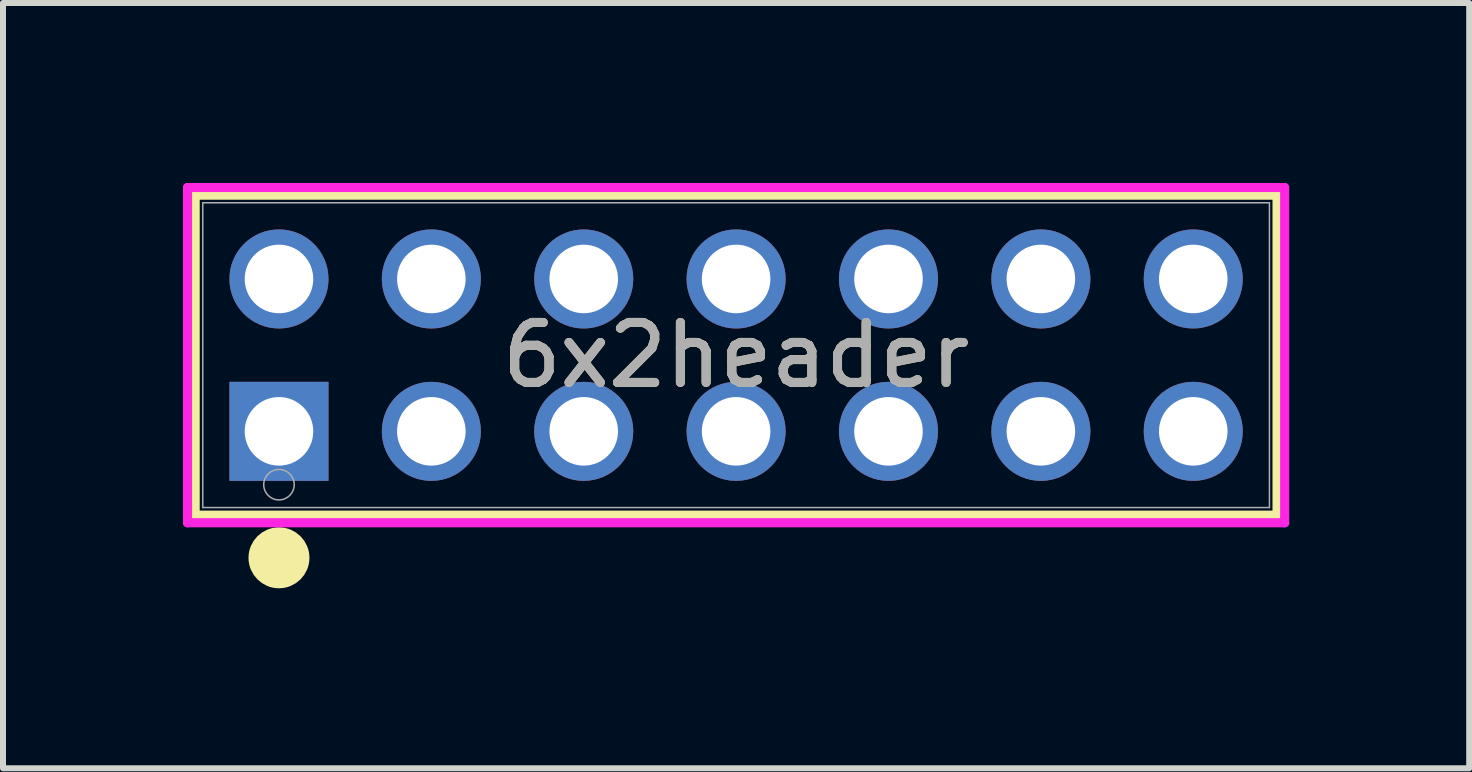
<source format=kicad_pcb>
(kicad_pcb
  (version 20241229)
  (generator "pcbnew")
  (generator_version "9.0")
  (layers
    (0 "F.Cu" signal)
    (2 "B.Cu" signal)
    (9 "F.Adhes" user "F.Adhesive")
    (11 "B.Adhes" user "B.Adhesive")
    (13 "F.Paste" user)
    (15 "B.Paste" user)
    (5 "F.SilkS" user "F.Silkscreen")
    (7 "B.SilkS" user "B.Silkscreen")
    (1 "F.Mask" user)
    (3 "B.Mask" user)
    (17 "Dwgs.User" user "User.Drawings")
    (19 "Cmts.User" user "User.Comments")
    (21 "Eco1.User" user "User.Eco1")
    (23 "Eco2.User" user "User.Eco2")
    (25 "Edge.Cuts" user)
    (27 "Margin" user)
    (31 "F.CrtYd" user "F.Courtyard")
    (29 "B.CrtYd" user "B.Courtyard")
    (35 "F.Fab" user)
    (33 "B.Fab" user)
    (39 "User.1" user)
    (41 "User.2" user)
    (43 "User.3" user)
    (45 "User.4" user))
  (footprint "6x2header"
    (layer "F.Cu")
    (at 1.6 4.14)
    (property "Reference" "6x2header" (at 7.62 -1.27 0) (unlocked yes) (layer "F.SilkS") (effects (font (size 1 1) (thickness 0.15))))
    (attr through_hole)
    (fp_line (start -1.397 -3.937) (end -1.397 1.397) (stroke (width 0.152) (type solid)) (layer "F.SilkS"))
    (fp_line (start -1.397 1.397) (end 16.637 1.397) (stroke (width 0.152) (type solid)) (layer "F.SilkS"))
    (fp_line (start 16.637 -3.937) (end -1.397 -3.937) (stroke (width 0.152) (type solid)) (layer "F.SilkS"))
    (fp_line (start 16.637 1.397) (end 16.637 -3.937) (stroke (width 0.152) (type solid)) (layer "F.SilkS"))
    (fp_circle (center 0 2.108) (end 0.254 2.108) (stroke (width 0.508) (type solid)) (fill no) (layer "F.SilkS"))
    (fp_line (start -1.524 -4.064) (end -1.524 1.524) (stroke (width 0.152) (type solid)) (layer "F.CrtYd"))
    (fp_line (start -1.524 1.524) (end 16.764 1.524) (stroke (width 0.152) (type solid)) (layer "F.CrtYd"))
    (fp_line (start 16.764 -4.064) (end -1.524 -4.064) (stroke (width 0.152) (type solid)) (layer "F.CrtYd"))
    (fp_line (start 16.764 1.524) (end 16.764 -4.064) (stroke (width 0.152) (type solid)) (layer "F.CrtYd"))
    (fp_line (start -1.27 -3.81) (end -1.27 1.27) (stroke (width 0.025) (type solid)) (layer "F.Fab"))
    (fp_line (start -1.27 1.27) (end 16.51 1.27) (stroke (width 0.025) (type solid)) (layer "F.Fab"))
    (fp_line (start 16.51 -3.81) (end -1.27 -3.81) (stroke (width 0.025) (type solid)) (layer "F.Fab"))
    (fp_line (start 16.51 1.27) (end 16.51 -3.81) (stroke (width 0.025) (type solid)) (layer "F.Fab"))
    (fp_circle (center 0 0.889) (end 0.254 0.889) (stroke (width 0.025) (type solid)) (fill no) (layer "F.Fab"))
    (fp_text user "${REFERENCE}" (at 7.62 -1.27 0) (unlocked yes) (layer "F.Fab") (effects (font (size 1 1) (thickness 0.15))))
    (pad "1" thru_hole rect (at 0 0) (size 1.651 1.651) (drill 1.143) (layers "*.Cu" "*.Mask"))
    (pad "2" thru_hole circle (at 0 -2.54) (size 1.651 1.651) (drill 1.143) (layers "*.Cu" "*.Mask"))
    (pad "3" thru_hole circle (at 2.54 0) (size 1.651 1.651) (drill 1.143) (layers "*.Cu" "*.Mask"))
    (pad "4" thru_hole circle (at 2.54 -2.54) (size 1.651 1.651) (drill 1.143) (layers "*.Cu" "*.Mask"))
    (pad "5" thru_hole circle (at 5.08 0) (size 1.651 1.651) (drill 1.143) (layers "*.Cu" "*.Mask"))
    (pad "6" thru_hole circle (at 5.08 -2.54) (size 1.651 1.651) (drill 1.143) (layers "*.Cu" "*.Mask"))
    (pad "7" thru_hole circle (at 7.62 0) (size 1.651 1.651) (drill 1.143) (layers "*.Cu" "*.Mask"))
    (pad "8" thru_hole circle (at 7.62 -2.54) (size 1.651 1.651) (drill 1.143) (layers "*.Cu" "*.Mask"))
    (pad "9" thru_hole circle (at 10.16 0) (size 1.651 1.651) (drill 1.143) (layers "*.Cu" "*.Mask"))
    (pad "10" thru_hole circle (at 10.16 -2.54) (size 1.651 1.651) (drill 1.143) (layers "*.Cu" "*.Mask"))
    (pad "11" thru_hole circle (at 12.7 0) (size 1.651 1.651) (drill 1.143) (layers "*.Cu" "*.Mask"))
    (pad "12" thru_hole circle (at 12.7 -2.54) (size 1.651 1.651) (drill 1.143) (layers "*.Cu" "*.Mask"))
    (pad "13" thru_hole circle (at 15.24 0) (size 1.651 1.651) (drill 1.143) (layers "*.Cu" "*.Mask"))
    (pad "14" thru_hole circle (at 15.24 -2.54) (size 1.651 1.651) (drill 1.143) (layers "*.Cu" "*.Mask")))
  (gr_rect
    (start -3 -3)
    (end 21.44 9.756)
    (stroke (width 0.1) (type default))
    (fill no)
    (layer "Edge.Cuts")))
</source>
